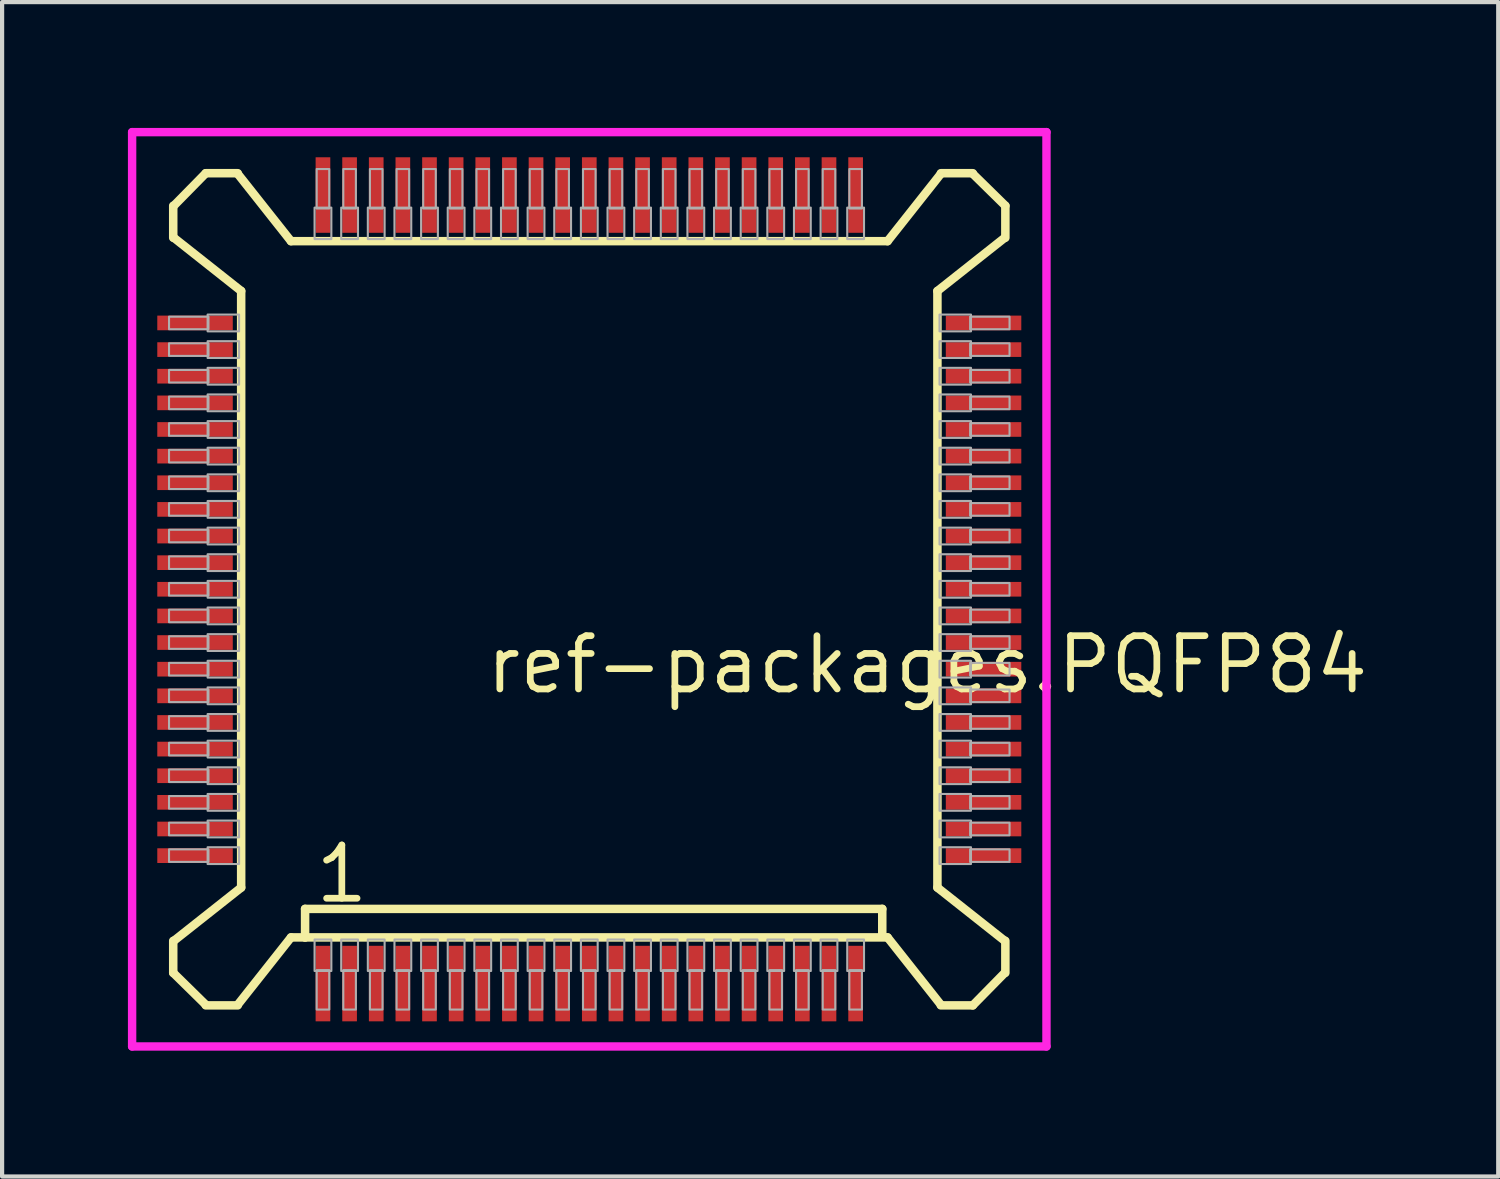
<source format=kicad_pcb>
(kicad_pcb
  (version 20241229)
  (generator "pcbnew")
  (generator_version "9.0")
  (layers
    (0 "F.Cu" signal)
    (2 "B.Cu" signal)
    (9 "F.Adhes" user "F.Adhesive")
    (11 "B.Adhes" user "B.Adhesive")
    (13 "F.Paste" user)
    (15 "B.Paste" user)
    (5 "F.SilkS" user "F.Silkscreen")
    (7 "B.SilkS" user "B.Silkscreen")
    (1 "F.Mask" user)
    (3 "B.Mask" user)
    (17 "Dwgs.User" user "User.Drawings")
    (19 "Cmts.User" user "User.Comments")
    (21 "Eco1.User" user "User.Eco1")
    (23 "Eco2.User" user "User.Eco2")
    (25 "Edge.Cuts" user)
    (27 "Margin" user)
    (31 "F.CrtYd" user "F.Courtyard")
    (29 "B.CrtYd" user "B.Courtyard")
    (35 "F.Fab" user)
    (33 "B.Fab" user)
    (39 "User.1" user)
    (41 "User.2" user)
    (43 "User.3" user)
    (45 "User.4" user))
  (footprint "ref-packages.PQFP84"
    (layer "F.Cu")
    (at 11 11)
    (property "Reference" "ref-packages.PQFP84" (at -2.54 2.54 0) (layer "F.SilkS") (effects (font (size 1.27 1.27) (thickness 0.16)) (justify left bottom)))
    (attr smd)
    (fp_line (start -9.92 -9.144) (end -9.92 -8.382) (stroke (width 0.203) (type default)) (layer "F.SilkS"))
    (fp_line (start -9.92 8.382) (end -9.92 9.144) (stroke (width 0.203) (type default)) (layer "F.SilkS"))
    (fp_line (start -9.92 9.144) (end -9.144 9.906) (stroke (width 0.203) (type default)) (layer "F.SilkS"))
    (fp_line (start -9.906 -8.382) (end -8.3 -7.112) (stroke (width 0.203) (type default)) (layer "F.SilkS"))
    (fp_line (start -9.144 -9.92) (end -9.906 -9.144) (stroke (width 0.203) (type default)) (layer "F.SilkS"))
    (fp_line (start -9.144 9.92) (end -8.382 9.92) (stroke (width 0.203) (type default)) (layer "F.SilkS"))
    (fp_line (start -8.382 -9.92) (end -9.144 -9.92) (stroke (width 0.203) (type default)) (layer "F.SilkS"))
    (fp_line (start -8.382 9.906) (end -7.112 8.3) (stroke (width 0.203) (type default)) (layer "F.SilkS"))
    (fp_line (start -8.3 -7.112) (end -8.3 7.112) (stroke (width 0.203) (type default)) (layer "F.SilkS"))
    (fp_line (start -8.3 7.112) (end -9.906 8.382) (stroke (width 0.203) (type default)) (layer "F.SilkS"))
    (fp_line (start -7.112 -8.3) (end -8.382 -9.906) (stroke (width 0.203) (type default)) (layer "F.SilkS"))
    (fp_line (start -7.112 8.3) (end -6.776 8.3) (stroke (width 0.203) (type default)) (layer "F.SilkS"))
    (fp_line (start -6.776 7.62) (end 6.985 7.62) (stroke (width 0.203) (type default)) (layer "F.SilkS"))
    (fp_line (start -6.776 8.3) (end -6.776 7.62) (stroke (width 0.203) (type default)) (layer "F.SilkS"))
    (fp_line (start -6.776 8.3) (end 7.112 8.3) (stroke (width 0.203) (type default)) (layer "F.SilkS"))
    (fp_line (start 6.985 7.62) (end 6.985 8.255) (stroke (width 0.203) (type default)) (layer "F.SilkS"))
    (fp_line (start 7.112 -8.3) (end -7.112 -8.3) (stroke (width 0.203) (type default)) (layer "F.SilkS"))
    (fp_line (start 7.112 8.3) (end 8.382 9.906) (stroke (width 0.203) (type default)) (layer "F.SilkS"))
    (fp_line (start 8.3 -7.112) (end 9.906 -8.382) (stroke (width 0.203) (type default)) (layer "F.SilkS"))
    (fp_line (start 8.3 7.112) (end 8.3 -7.112) (stroke (width 0.203) (type default)) (layer "F.SilkS"))
    (fp_line (start 8.382 -9.906) (end 7.112 -8.3) (stroke (width 0.203) (type default)) (layer "F.SilkS"))
    (fp_line (start 8.382 9.92) (end 9.144 9.92) (stroke (width 0.203) (type default)) (layer "F.SilkS"))
    (fp_line (start 9.144 -9.92) (end 8.382 -9.92) (stroke (width 0.203) (type default)) (layer "F.SilkS"))
    (fp_line (start 9.144 9.92) (end 9.906 9.144) (stroke (width 0.203) (type default)) (layer "F.SilkS"))
    (fp_line (start 9.906 8.382) (end 8.3 7.112) (stroke (width 0.203) (type default)) (layer "F.SilkS"))
    (fp_line (start 9.92 -9.144) (end 9.144 -9.906) (stroke (width 0.203) (type default)) (layer "F.SilkS"))
    (fp_line (start 9.92 -8.382) (end 9.92 -9.144) (stroke (width 0.203) (type default)) (layer "F.SilkS"))
    (fp_line (start 9.92 9.144) (end 9.92 8.382) (stroke (width 0.203) (type default)) (layer "F.SilkS"))
    (fp_line (start -10.9 -10.9) (end 10.9 -10.9) (stroke (width 0.2) (type default)) (layer "F.CrtYd"))
    (fp_line (start -10.9 10.9) (end -10.9 -10.9) (stroke (width 0.2) (type default)) (layer "F.CrtYd"))
    (fp_line (start 10.9 -10.9) (end 10.9 10.9) (stroke (width 0.2) (type default)) (layer "F.CrtYd"))
    (fp_line (start 10.9 10.9) (end -10.9 10.9) (stroke (width 0.2) (type default)) (layer "F.CrtYd"))
    (fp_rect (start -10.02 -6.2) (end -9.08 -6.5) (stroke (width 0.05) (type default)) (fill no) (layer "F.Fab"))
    (fp_rect (start -10.02 -5.565) (end -9.08 -5.865) (stroke (width 0.05) (type default)) (fill no) (layer "F.Fab"))
    (fp_rect (start -10.02 -4.93) (end -9.08 -5.23) (stroke (width 0.05) (type default)) (fill no) (layer "F.Fab"))
    (fp_rect (start -10.02 -4.295) (end -9.08 -4.595) (stroke (width 0.05) (type default)) (fill no) (layer "F.Fab"))
    (fp_rect (start -10.02 -3.66) (end -9.08 -3.96) (stroke (width 0.05) (type default)) (fill no) (layer "F.Fab"))
    (fp_rect (start -10.02 -3.025) (end -9.08 -3.325) (stroke (width 0.05) (type default)) (fill no) (layer "F.Fab"))
    (fp_rect (start -10.02 -2.39) (end -9.08 -2.69) (stroke (width 0.05) (type default)) (fill no) (layer "F.Fab"))
    (fp_rect (start -10.02 -1.755) (end -9.08 -2.055) (stroke (width 0.05) (type default)) (fill no) (layer "F.Fab"))
    (fp_rect (start -10.02 -1.12) (end -9.08 -1.42) (stroke (width 0.05) (type default)) (fill no) (layer "F.Fab"))
    (fp_rect (start -10.02 -0.485) (end -9.08 -0.785) (stroke (width 0.05) (type default)) (fill no) (layer "F.Fab"))
    (fp_rect (start -10.02 0.15) (end -9.08 -0.15) (stroke (width 0.05) (type default)) (fill no) (layer "F.Fab"))
    (fp_rect (start -10.02 0.785) (end -9.08 0.485) (stroke (width 0.05) (type default)) (fill no) (layer "F.Fab"))
    (fp_rect (start -10.02 1.42) (end -9.08 1.12) (stroke (width 0.05) (type default)) (fill no) (layer "F.Fab"))
    (fp_rect (start -10.02 2.055) (end -9.08 1.755) (stroke (width 0.05) (type default)) (fill no) (layer "F.Fab"))
    (fp_rect (start -10.02 2.69) (end -9.08 2.39) (stroke (width 0.05) (type default)) (fill no) (layer "F.Fab"))
    (fp_rect (start -10.02 3.325) (end -9.08 3.025) (stroke (width 0.05) (type default)) (fill no) (layer "F.Fab"))
    (fp_rect (start -10.02 3.96) (end -9.08 3.66) (stroke (width 0.05) (type default)) (fill no) (layer "F.Fab"))
    (fp_rect (start -10.02 4.595) (end -9.08 4.295) (stroke (width 0.05) (type default)) (fill no) (layer "F.Fab"))
    (fp_rect (start -10.02 5.23) (end -9.08 4.93) (stroke (width 0.05) (type default)) (fill no) (layer "F.Fab"))
    (fp_rect (start -10.02 5.865) (end -9.08 5.565) (stroke (width 0.05) (type default)) (fill no) (layer "F.Fab"))
    (fp_rect (start -10.02 6.5) (end -9.08 6.2) (stroke (width 0.05) (type default)) (fill no) (layer "F.Fab"))
    (fp_rect (start -9.1 -6.15) (end -8.35 -6.55) (stroke (width 0.05) (type default)) (fill no) (layer "F.Fab"))
    (fp_rect (start -9.1 -5.515) (end -8.35 -5.915) (stroke (width 0.05) (type default)) (fill no) (layer "F.Fab"))
    (fp_rect (start -9.1 -4.88) (end -8.35 -5.28) (stroke (width 0.05) (type default)) (fill no) (layer "F.Fab"))
    (fp_rect (start -9.1 -4.245) (end -8.35 -4.645) (stroke (width 0.05) (type default)) (fill no) (layer "F.Fab"))
    (fp_rect (start -9.1 -3.61) (end -8.35 -4.01) (stroke (width 0.05) (type default)) (fill no) (layer "F.Fab"))
    (fp_rect (start -9.1 -2.975) (end -8.35 -3.375) (stroke (width 0.05) (type default)) (fill no) (layer "F.Fab"))
    (fp_rect (start -9.1 -2.34) (end -8.35 -2.74) (stroke (width 0.05) (type default)) (fill no) (layer "F.Fab"))
    (fp_rect (start -9.1 -1.705) (end -8.35 -2.105) (stroke (width 0.05) (type default)) (fill no) (layer "F.Fab"))
    (fp_rect (start -9.1 -1.07) (end -8.35 -1.47) (stroke (width 0.05) (type default)) (fill no) (layer "F.Fab"))
    (fp_rect (start -9.1 -0.435) (end -8.35 -0.835) (stroke (width 0.05) (type default)) (fill no) (layer "F.Fab"))
    (fp_rect (start -9.1 0.2) (end -8.35 -0.2) (stroke (width 0.05) (type default)) (fill no) (layer "F.Fab"))
    (fp_rect (start -9.1 0.835) (end -8.35 0.435) (stroke (width 0.05) (type default)) (fill no) (layer "F.Fab"))
    (fp_rect (start -9.1 1.47) (end -8.35 1.07) (stroke (width 0.05) (type default)) (fill no) (layer "F.Fab"))
    (fp_rect (start -9.1 2.105) (end -8.35 1.705) (stroke (width 0.05) (type default)) (fill no) (layer "F.Fab"))
    (fp_rect (start -9.1 2.74) (end -8.35 2.34) (stroke (width 0.05) (type default)) (fill no) (layer "F.Fab"))
    (fp_rect (start -9.1 3.375) (end -8.35 2.975) (stroke (width 0.05) (type default)) (fill no) (layer "F.Fab"))
    (fp_rect (start -9.1 4.01) (end -8.35 3.61) (stroke (width 0.05) (type default)) (fill no) (layer "F.Fab"))
    (fp_rect (start -9.1 4.645) (end -8.35 4.245) (stroke (width 0.05) (type default)) (fill no) (layer "F.Fab"))
    (fp_rect (start -9.1 5.28) (end -8.35 4.88) (stroke (width 0.05) (type default)) (fill no) (layer "F.Fab"))
    (fp_rect (start -9.1 5.915) (end -8.35 5.515) (stroke (width 0.05) (type default)) (fill no) (layer "F.Fab"))
    (fp_rect (start -9.1 6.55) (end -8.35 6.15) (stroke (width 0.05) (type default)) (fill no) (layer "F.Fab"))
    (fp_rect (start -6.55 -8.35) (end -6.15 -9.1) (stroke (width 0.05) (type default)) (fill no) (layer "F.Fab"))
    (fp_rect (start -6.55 9.1) (end -6.15 8.35) (stroke (width 0.05) (type default)) (fill no) (layer "F.Fab"))
    (fp_rect (start -6.5 -9.08) (end -6.2 -10.02) (stroke (width 0.05) (type default)) (fill no) (layer "F.Fab"))
    (fp_rect (start -6.5 10.02) (end -6.2 9.08) (stroke (width 0.05) (type default)) (fill no) (layer "F.Fab"))
    (fp_rect (start -5.915 -8.35) (end -5.515 -9.1) (stroke (width 0.05) (type default)) (fill no) (layer "F.Fab"))
    (fp_rect (start -5.915 9.1) (end -5.515 8.35) (stroke (width 0.05) (type default)) (fill no) (layer "F.Fab"))
    (fp_rect (start -5.865 -9.08) (end -5.565 -10.02) (stroke (width 0.05) (type default)) (fill no) (layer "F.Fab"))
    (fp_rect (start -5.865 10.02) (end -5.565 9.08) (stroke (width 0.05) (type default)) (fill no) (layer "F.Fab"))
    (fp_rect (start -5.28 -8.35) (end -4.88 -9.1) (stroke (width 0.05) (type default)) (fill no) (layer "F.Fab"))
    (fp_rect (start -5.28 9.1) (end -4.88 8.35) (stroke (width 0.05) (type default)) (fill no) (layer "F.Fab"))
    (fp_rect (start -5.23 -9.08) (end -4.93 -10.02) (stroke (width 0.05) (type default)) (fill no) (layer "F.Fab"))
    (fp_rect (start -5.23 10.02) (end -4.93 9.08) (stroke (width 0.05) (type default)) (fill no) (layer "F.Fab"))
    (fp_rect (start -4.645 -8.35) (end -4.245 -9.1) (stroke (width 0.05) (type default)) (fill no) (layer "F.Fab"))
    (fp_rect (start -4.645 9.1) (end -4.245 8.35) (stroke (width 0.05) (type default)) (fill no) (layer "F.Fab"))
    (fp_rect (start -4.595 -9.08) (end -4.295 -10.02) (stroke (width 0.05) (type default)) (fill no) (layer "F.Fab"))
    (fp_rect (start -4.595 10.02) (end -4.295 9.08) (stroke (width 0.05) (type default)) (fill no) (layer "F.Fab"))
    (fp_rect (start -4.01 -8.35) (end -3.61 -9.1) (stroke (width 0.05) (type default)) (fill no) (layer "F.Fab"))
    (fp_rect (start -4.01 9.1) (end -3.61 8.35) (stroke (width 0.05) (type default)) (fill no) (layer "F.Fab"))
    (fp_rect (start -3.96 -9.08) (end -3.66 -10.02) (stroke (width 0.05) (type default)) (fill no) (layer "F.Fab"))
    (fp_rect (start -3.96 10.02) (end -3.66 9.08) (stroke (width 0.05) (type default)) (fill no) (layer "F.Fab"))
    (fp_rect (start -3.375 -8.35) (end -2.975 -9.1) (stroke (width 0.05) (type default)) (fill no) (layer "F.Fab"))
    (fp_rect (start -3.375 9.1) (end -2.975 8.35) (stroke (width 0.05) (type default)) (fill no) (layer "F.Fab"))
    (fp_rect (start -3.325 -9.08) (end -3.025 -10.02) (stroke (width 0.05) (type default)) (fill no) (layer "F.Fab"))
    (fp_rect (start -3.325 10.02) (end -3.025 9.08) (stroke (width 0.05) (type default)) (fill no) (layer "F.Fab"))
    (fp_rect (start -2.74 -8.35) (end -2.34 -9.1) (stroke (width 0.05) (type default)) (fill no) (layer "F.Fab"))
    (fp_rect (start -2.74 9.1) (end -2.34 8.35) (stroke (width 0.05) (type default)) (fill no) (layer "F.Fab"))
    (fp_rect (start -2.69 -9.08) (end -2.39 -10.02) (stroke (width 0.05) (type default)) (fill no) (layer "F.Fab"))
    (fp_rect (start -2.69 10.02) (end -2.39 9.08) (stroke (width 0.05) (type default)) (fill no) (layer "F.Fab"))
    (fp_rect (start -2.105 -8.35) (end -1.705 -9.1) (stroke (width 0.05) (type default)) (fill no) (layer "F.Fab"))
    (fp_rect (start -2.105 9.1) (end -1.705 8.35) (stroke (width 0.05) (type default)) (fill no) (layer "F.Fab"))
    (fp_rect (start -2.055 -9.08) (end -1.755 -10.02) (stroke (width 0.05) (type default)) (fill no) (layer "F.Fab"))
    (fp_rect (start -2.055 10.02) (end -1.755 9.08) (stroke (width 0.05) (type default)) (fill no) (layer "F.Fab"))
    (fp_rect (start -1.47 -8.35) (end -1.07 -9.1) (stroke (width 0.05) (type default)) (fill no) (layer "F.Fab"))
    (fp_rect (start -1.47 9.1) (end -1.07 8.35) (stroke (width 0.05) (type default)) (fill no) (layer "F.Fab"))
    (fp_rect (start -1.42 -9.08) (end -1.12 -10.02) (stroke (width 0.05) (type default)) (fill no) (layer "F.Fab"))
    (fp_rect (start -1.42 10.02) (end -1.12 9.08) (stroke (width 0.05) (type default)) (fill no) (layer "F.Fab"))
    (fp_rect (start -0.835 -8.35) (end -0.435 -9.1) (stroke (width 0.05) (type default)) (fill no) (layer "F.Fab"))
    (fp_rect (start -0.835 9.1) (end -0.435 8.35) (stroke (width 0.05) (type default)) (fill no) (layer "F.Fab"))
    (fp_rect (start -0.785 -9.08) (end -0.485 -10.02) (stroke (width 0.05) (type default)) (fill no) (layer "F.Fab"))
    (fp_rect (start -0.785 10.02) (end -0.485 9.08) (stroke (width 0.05) (type default)) (fill no) (layer "F.Fab"))
    (fp_rect (start -0.2 -8.35) (end 0.2 -9.1) (stroke (width 0.05) (type default)) (fill no) (layer "F.Fab"))
    (fp_rect (start -0.2 9.1) (end 0.2 8.35) (stroke (width 0.05) (type default)) (fill no) (layer "F.Fab"))
    (fp_rect (start -0.15 -9.08) (end 0.15 -10.02) (stroke (width 0.05) (type default)) (fill no) (layer "F.Fab"))
    (fp_rect (start -0.15 10.02) (end 0.15 9.08) (stroke (width 0.05) (type default)) (fill no) (layer "F.Fab"))
    (fp_rect (start 0.435 -8.35) (end 0.835 -9.1) (stroke (width 0.05) (type default)) (fill no) (layer "F.Fab"))
    (fp_rect (start 0.435 9.1) (end 0.835 8.35) (stroke (width 0.05) (type default)) (fill no) (layer "F.Fab"))
    (fp_rect (start 0.485 -9.08) (end 0.785 -10.02) (stroke (width 0.05) (type default)) (fill no) (layer "F.Fab"))
    (fp_rect (start 0.485 10.02) (end 0.785 9.08) (stroke (width 0.05) (type default)) (fill no) (layer "F.Fab"))
    (fp_rect (start 1.07 -8.35) (end 1.47 -9.1) (stroke (width 0.05) (type default)) (fill no) (layer "F.Fab"))
    (fp_rect (start 1.07 9.1) (end 1.47 8.35) (stroke (width 0.05) (type default)) (fill no) (layer "F.Fab"))
    (fp_rect (start 1.12 -9.08) (end 1.42 -10.02) (stroke (width 0.05) (type default)) (fill no) (layer "F.Fab"))
    (fp_rect (start 1.12 10.02) (end 1.42 9.08) (stroke (width 0.05) (type default)) (fill no) (layer "F.Fab"))
    (fp_rect (start 1.705 -8.35) (end 2.105 -9.1) (stroke (width 0.05) (type default)) (fill no) (layer "F.Fab"))
    (fp_rect (start 1.705 9.1) (end 2.105 8.35) (stroke (width 0.05) (type default)) (fill no) (layer "F.Fab"))
    (fp_rect (start 1.755 -9.08) (end 2.055 -10.02) (stroke (width 0.05) (type default)) (fill no) (layer "F.Fab"))
    (fp_rect (start 1.755 10.02) (end 2.055 9.08) (stroke (width 0.05) (type default)) (fill no) (layer "F.Fab"))
    (fp_rect (start 2.34 -8.35) (end 2.74 -9.1) (stroke (width 0.05) (type default)) (fill no) (layer "F.Fab"))
    (fp_rect (start 2.34 9.1) (end 2.74 8.35) (stroke (width 0.05) (type default)) (fill no) (layer "F.Fab"))
    (fp_rect (start 2.39 -9.08) (end 2.69 -10.02) (stroke (width 0.05) (type default)) (fill no) (layer "F.Fab"))
    (fp_rect (start 2.39 10.02) (end 2.69 9.08) (stroke (width 0.05) (type default)) (fill no) (layer "F.Fab"))
    (fp_rect (start 2.975 -8.35) (end 3.375 -9.1) (stroke (width 0.05) (type default)) (fill no) (layer "F.Fab"))
    (fp_rect (start 2.975 9.1) (end 3.375 8.35) (stroke (width 0.05) (type default)) (fill no) (layer "F.Fab"))
    (fp_rect (start 3.025 -9.08) (end 3.325 -10.02) (stroke (width 0.05) (type default)) (fill no) (layer "F.Fab"))
    (fp_rect (start 3.025 10.02) (end 3.325 9.08) (stroke (width 0.05) (type default)) (fill no) (layer "F.Fab"))
    (fp_rect (start 3.61 -8.35) (end 4.01 -9.1) (stroke (width 0.05) (type default)) (fill no) (layer "F.Fab"))
    (fp_rect (start 3.61 9.1) (end 4.01 8.35) (stroke (width 0.05) (type default)) (fill no) (layer "F.Fab"))
    (fp_rect (start 3.66 -9.08) (end 3.96 -10.02) (stroke (width 0.05) (type default)) (fill no) (layer "F.Fab"))
    (fp_rect (start 3.66 10.02) (end 3.96 9.08) (stroke (width 0.05) (type default)) (fill no) (layer "F.Fab"))
    (fp_rect (start 4.245 -8.35) (end 4.645 -9.1) (stroke (width 0.05) (type default)) (fill no) (layer "F.Fab"))
    (fp_rect (start 4.245 9.1) (end 4.645 8.35) (stroke (width 0.05) (type default)) (fill no) (layer "F.Fab"))
    (fp_rect (start 4.295 -9.08) (end 4.595 -10.02) (stroke (width 0.05) (type default)) (fill no) (layer "F.Fab"))
    (fp_rect (start 4.295 10.02) (end 4.595 9.08) (stroke (width 0.05) (type default)) (fill no) (layer "F.Fab"))
    (fp_rect (start 4.88 -8.35) (end 5.28 -9.1) (stroke (width 0.05) (type default)) (fill no) (layer "F.Fab"))
    (fp_rect (start 4.88 9.1) (end 5.28 8.35) (stroke (width 0.05) (type default)) (fill no) (layer "F.Fab"))
    (fp_rect (start 4.93 -9.08) (end 5.23 -10.02) (stroke (width 0.05) (type default)) (fill no) (layer "F.Fab"))
    (fp_rect (start 4.93 10.02) (end 5.23 9.08) (stroke (width 0.05) (type default)) (fill no) (layer "F.Fab"))
    (fp_rect (start 5.515 -8.35) (end 5.915 -9.1) (stroke (width 0.05) (type default)) (fill no) (layer "F.Fab"))
    (fp_rect (start 5.515 9.1) (end 5.915 8.35) (stroke (width 0.05) (type default)) (fill no) (layer "F.Fab"))
    (fp_rect (start 5.565 -9.08) (end 5.865 -10.02) (stroke (width 0.05) (type default)) (fill no) (layer "F.Fab"))
    (fp_rect (start 5.565 10.02) (end 5.865 9.08) (stroke (width 0.05) (type default)) (fill no) (layer "F.Fab"))
    (fp_rect (start 6.15 -8.35) (end 6.55 -9.1) (stroke (width 0.05) (type default)) (fill no) (layer "F.Fab"))
    (fp_rect (start 6.15 9.1) (end 6.55 8.35) (stroke (width 0.05) (type default)) (fill no) (layer "F.Fab"))
    (fp_rect (start 6.2 -9.08) (end 6.5 -10.02) (stroke (width 0.05) (type default)) (fill no) (layer "F.Fab"))
    (fp_rect (start 6.2 10.02) (end 6.5 9.08) (stroke (width 0.05) (type default)) (fill no) (layer "F.Fab"))
    (fp_rect (start 8.35 -6.15) (end 9.1 -6.55) (stroke (width 0.05) (type default)) (fill no) (layer "F.Fab"))
    (fp_rect (start 8.35 -5.515) (end 9.1 -5.915) (stroke (width 0.05) (type default)) (fill no) (layer "F.Fab"))
    (fp_rect (start 8.35 -4.88) (end 9.1 -5.28) (stroke (width 0.05) (type default)) (fill no) (layer "F.Fab"))
    (fp_rect (start 8.35 -4.245) (end 9.1 -4.645) (stroke (width 0.05) (type default)) (fill no) (layer "F.Fab"))
    (fp_rect (start 8.35 -3.61) (end 9.1 -4.01) (stroke (width 0.05) (type default)) (fill no) (layer "F.Fab"))
    (fp_rect (start 8.35 -2.975) (end 9.1 -3.375) (stroke (width 0.05) (type default)) (fill no) (layer "F.Fab"))
    (fp_rect (start 8.35 -2.34) (end 9.1 -2.74) (stroke (width 0.05) (type default)) (fill no) (layer "F.Fab"))
    (fp_rect (start 8.35 -1.705) (end 9.1 -2.105) (stroke (width 0.05) (type default)) (fill no) (layer "F.Fab"))
    (fp_rect (start 8.35 -1.07) (end 9.1 -1.47) (stroke (width 0.05) (type default)) (fill no) (layer "F.Fab"))
    (fp_rect (start 8.35 -0.435) (end 9.1 -0.835) (stroke (width 0.05) (type default)) (fill no) (layer "F.Fab"))
    (fp_rect (start 8.35 0.2) (end 9.1 -0.2) (stroke (width 0.05) (type default)) (fill no) (layer "F.Fab"))
    (fp_rect (start 8.35 0.835) (end 9.1 0.435) (stroke (width 0.05) (type default)) (fill no) (layer "F.Fab"))
    (fp_rect (start 8.35 1.47) (end 9.1 1.07) (stroke (width 0.05) (type default)) (fill no) (layer "F.Fab"))
    (fp_rect (start 8.35 2.105) (end 9.1 1.705) (stroke (width 0.05) (type default)) (fill no) (layer "F.Fab"))
    (fp_rect (start 8.35 2.74) (end 9.1 2.34) (stroke (width 0.05) (type default)) (fill no) (layer "F.Fab"))
    (fp_rect (start 8.35 3.375) (end 9.1 2.975) (stroke (width 0.05) (type default)) (fill no) (layer "F.Fab"))
    (fp_rect (start 8.35 4.01) (end 9.1 3.61) (stroke (width 0.05) (type default)) (fill no) (layer "F.Fab"))
    (fp_rect (start 8.35 4.645) (end 9.1 4.245) (stroke (width 0.05) (type default)) (fill no) (layer "F.Fab"))
    (fp_rect (start 8.35 5.28) (end 9.1 4.88) (stroke (width 0.05) (type default)) (fill no) (layer "F.Fab"))
    (fp_rect (start 8.35 5.915) (end 9.1 5.515) (stroke (width 0.05) (type default)) (fill no) (layer "F.Fab"))
    (fp_rect (start 8.35 6.55) (end 9.1 6.15) (stroke (width 0.05) (type default)) (fill no) (layer "F.Fab"))
    (fp_rect (start 9.08 -6.2) (end 10.02 -6.5) (stroke (width 0.05) (type default)) (fill no) (layer "F.Fab"))
    (fp_rect (start 9.08 -5.565) (end 10.02 -5.865) (stroke (width 0.05) (type default)) (fill no) (layer "F.Fab"))
    (fp_rect (start 9.08 -4.93) (end 10.02 -5.23) (stroke (width 0.05) (type default)) (fill no) (layer "F.Fab"))
    (fp_rect (start 9.08 -4.295) (end 10.02 -4.595) (stroke (width 0.05) (type default)) (fill no) (layer "F.Fab"))
    (fp_rect (start 9.08 -3.66) (end 10.02 -3.96) (stroke (width 0.05) (type default)) (fill no) (layer "F.Fab"))
    (fp_rect (start 9.08 -3.025) (end 10.02 -3.325) (stroke (width 0.05) (type default)) (fill no) (layer "F.Fab"))
    (fp_rect (start 9.08 -2.39) (end 10.02 -2.69) (stroke (width 0.05) (type default)) (fill no) (layer "F.Fab"))
    (fp_rect (start 9.08 -1.755) (end 10.02 -2.055) (stroke (width 0.05) (type default)) (fill no) (layer "F.Fab"))
    (fp_rect (start 9.08 -1.12) (end 10.02 -1.42) (stroke (width 0.05) (type default)) (fill no) (layer "F.Fab"))
    (fp_rect (start 9.08 -0.485) (end 10.02 -0.785) (stroke (width 0.05) (type default)) (fill no) (layer "F.Fab"))
    (fp_rect (start 9.08 0.15) (end 10.02 -0.15) (stroke (width 0.05) (type default)) (fill no) (layer "F.Fab"))
    (fp_rect (start 9.08 0.785) (end 10.02 0.485) (stroke (width 0.05) (type default)) (fill no) (layer "F.Fab"))
    (fp_rect (start 9.08 1.42) (end 10.02 1.12) (stroke (width 0.05) (type default)) (fill no) (layer "F.Fab"))
    (fp_rect (start 9.08 2.055) (end 10.02 1.755) (stroke (width 0.05) (type default)) (fill no) (layer "F.Fab"))
    (fp_rect (start 9.08 2.69) (end 10.02 2.39) (stroke (width 0.05) (type default)) (fill no) (layer "F.Fab"))
    (fp_rect (start 9.08 3.325) (end 10.02 3.025) (stroke (width 0.05) (type default)) (fill no) (layer "F.Fab"))
    (fp_rect (start 9.08 3.96) (end 10.02 3.66) (stroke (width 0.05) (type default)) (fill no) (layer "F.Fab"))
    (fp_rect (start 9.08 4.595) (end 10.02 4.295) (stroke (width 0.05) (type default)) (fill no) (layer "F.Fab"))
    (fp_rect (start 9.08 5.23) (end 10.02 4.93) (stroke (width 0.05) (type default)) (fill no) (layer "F.Fab"))
    (fp_rect (start 9.08 5.865) (end 10.02 5.565) (stroke (width 0.05) (type default)) (fill no) (layer "F.Fab"))
    (fp_rect (start 9.08 6.5) (end 10.02 6.2) (stroke (width 0.05) (type default)) (fill no) (layer "F.Fab"))
    (fp_text user "1" (at -6.61 7.53 0) (layer "F.SilkS") (effects (font (size 1.27 1.27) (thickness 0.16)) (justify left bottom)))
    (pad "1" smd roundrect (at -6.35 9.4) (size 0.35 1.8) (layers "F.Cu" "F.Mask" "F.Paste") (roundrect_rratio 0.01))
    (pad "2" smd roundrect (at -5.715 9.4) (size 0.35 1.8) (layers "F.Cu" "F.Mask" "F.Paste") (roundrect_rratio 0.01))
    (pad "3" smd roundrect (at -5.08 9.4) (size 0.35 1.8) (layers "F.Cu" "F.Mask" "F.Paste") (roundrect_rratio 0.01))
    (pad "4" smd roundrect (at -4.445 9.4) (size 0.35 1.8) (layers "F.Cu" "F.Mask" "F.Paste") (roundrect_rratio 0.01))
    (pad "5" smd roundrect (at -3.81 9.4) (size 0.35 1.8) (layers "F.Cu" "F.Mask" "F.Paste") (roundrect_rratio 0.01))
    (pad "6" smd roundrect (at -3.175 9.4) (size 0.35 1.8) (layers "F.Cu" "F.Mask" "F.Paste") (roundrect_rratio 0.01))
    (pad "7" smd roundrect (at -2.54 9.4) (size 0.35 1.8) (layers "F.Cu" "F.Mask" "F.Paste") (roundrect_rratio 0.01))
    (pad "8" smd roundrect (at -1.905 9.4) (size 0.35 1.8) (layers "F.Cu" "F.Mask" "F.Paste") (roundrect_rratio 0.01))
    (pad "9" smd roundrect (at -1.27 9.4) (size 0.35 1.8) (layers "F.Cu" "F.Mask" "F.Paste") (roundrect_rratio 0.01))
    (pad "10" smd roundrect (at -0.635 9.4) (size 0.35 1.8) (layers "F.Cu" "F.Mask" "F.Paste") (roundrect_rratio 0.01))
    (pad "11" smd roundrect (at 0 9.4) (size 0.35 1.8) (layers "F.Cu" "F.Mask" "F.Paste") (roundrect_rratio 0.01))
    (pad "12" smd roundrect (at 0.635 9.4) (size 0.35 1.8) (layers "F.Cu" "F.Mask" "F.Paste") (roundrect_rratio 0.01))
    (pad "13" smd roundrect (at 1.27 9.4) (size 0.35 1.8) (layers "F.Cu" "F.Mask" "F.Paste") (roundrect_rratio 0.01))
    (pad "14" smd roundrect (at 1.905 9.4) (size 0.35 1.8) (layers "F.Cu" "F.Mask" "F.Paste") (roundrect_rratio 0.01))
    (pad "15" smd roundrect (at 2.54 9.4) (size 0.35 1.8) (layers "F.Cu" "F.Mask" "F.Paste") (roundrect_rratio 0.01))
    (pad "16" smd roundrect (at 3.175 9.4) (size 0.35 1.8) (layers "F.Cu" "F.Mask" "F.Paste") (roundrect_rratio 0.01))
    (pad "17" smd roundrect (at 3.81 9.4) (size 0.35 1.8) (layers "F.Cu" "F.Mask" "F.Paste") (roundrect_rratio 0.01))
    (pad "18" smd roundrect (at 4.445 9.4) (size 0.35 1.8) (layers "F.Cu" "F.Mask" "F.Paste") (roundrect_rratio 0.01))
    (pad "19" smd roundrect (at 5.08 9.4) (size 0.35 1.8) (layers "F.Cu" "F.Mask" "F.Paste") (roundrect_rratio 0.01))
    (pad "20" smd roundrect (at 5.715 9.4) (size 0.35 1.8) (layers "F.Cu" "F.Mask" "F.Paste") (roundrect_rratio 0.01))
    (pad "21" smd roundrect (at 6.35 9.4) (size 0.35 1.8) (layers "F.Cu" "F.Mask" "F.Paste") (roundrect_rratio 0.01))
    (pad "22" smd roundrect (at 9.4 6.35) (size 1.8 0.35) (layers "F.Cu" "F.Mask" "F.Paste") (roundrect_rratio 0.01))
    (pad "23" smd roundrect (at 9.4 5.715) (size 1.8 0.35) (layers "F.Cu" "F.Mask" "F.Paste") (roundrect_rratio 0.01))
    (pad "24" smd roundrect (at 9.4 5.08) (size 1.8 0.35) (layers "F.Cu" "F.Mask" "F.Paste") (roundrect_rratio 0.01))
    (pad "25" smd roundrect (at 9.4 4.445) (size 1.8 0.35) (layers "F.Cu" "F.Mask" "F.Paste") (roundrect_rratio 0.01))
    (pad "26" smd roundrect (at 9.4 3.81) (size 1.8 0.35) (layers "F.Cu" "F.Mask" "F.Paste") (roundrect_rratio 0.01))
    (pad "27" smd roundrect (at 9.4 3.175) (size 1.8 0.35) (layers "F.Cu" "F.Mask" "F.Paste") (roundrect_rratio 0.01))
    (pad "28" smd roundrect (at 9.4 2.54) (size 1.8 0.35) (layers "F.Cu" "F.Mask" "F.Paste") (roundrect_rratio 0.01))
    (pad "29" smd roundrect (at 9.4 1.905) (size 1.8 0.35) (layers "F.Cu" "F.Mask" "F.Paste") (roundrect_rratio 0.01))
    (pad "30" smd roundrect (at 9.4 1.27) (size 1.8 0.35) (layers "F.Cu" "F.Mask" "F.Paste") (roundrect_rratio 0.01))
    (pad "31" smd roundrect (at 9.4 0.635) (size 1.8 0.35) (layers "F.Cu" "F.Mask" "F.Paste") (roundrect_rratio 0.01))
    (pad "32" smd roundrect (at 9.4 0) (size 1.8 0.35) (layers "F.Cu" "F.Mask" "F.Paste") (roundrect_rratio 0.01))
    (pad "33" smd roundrect (at 9.4 -0.635) (size 1.8 0.35) (layers "F.Cu" "F.Mask" "F.Paste") (roundrect_rratio 0.01))
    (pad "34" smd roundrect (at 9.4 -1.27) (size 1.8 0.35) (layers "F.Cu" "F.Mask" "F.Paste") (roundrect_rratio 0.01))
    (pad "35" smd roundrect (at 9.4 -1.905) (size 1.8 0.35) (layers "F.Cu" "F.Mask" "F.Paste") (roundrect_rratio 0.01))
    (pad "36" smd roundrect (at 9.4 -2.54) (size 1.8 0.35) (layers "F.Cu" "F.Mask" "F.Paste") (roundrect_rratio 0.01))
    (pad "37" smd roundrect (at 9.4 -3.175) (size 1.8 0.35) (layers "F.Cu" "F.Mask" "F.Paste") (roundrect_rratio 0.01))
    (pad "38" smd roundrect (at 9.4 -3.81) (size 1.8 0.35) (layers "F.Cu" "F.Mask" "F.Paste") (roundrect_rratio 0.01))
    (pad "39" smd roundrect (at 9.4 -4.445) (size 1.8 0.35) (layers "F.Cu" "F.Mask" "F.Paste") (roundrect_rratio 0.01))
    (pad "40" smd roundrect (at 9.4 -5.08) (size 1.8 0.35) (layers "F.Cu" "F.Mask" "F.Paste") (roundrect_rratio 0.01))
    (pad "41" smd roundrect (at 9.4 -5.715) (size 1.8 0.35) (layers "F.Cu" "F.Mask" "F.Paste") (roundrect_rratio 0.01))
    (pad "42" smd roundrect (at 9.4 -6.35) (size 1.8 0.35) (layers "F.Cu" "F.Mask" "F.Paste") (roundrect_rratio 0.01))
    (pad "43" smd roundrect (at 6.35 -9.4) (size 0.35 1.8) (layers "F.Cu" "F.Mask" "F.Paste") (roundrect_rratio 0.01))
    (pad "44" smd roundrect (at 5.715 -9.4) (size 0.35 1.8) (layers "F.Cu" "F.Mask" "F.Paste") (roundrect_rratio 0.01))
    (pad "45" smd roundrect (at 5.08 -9.4) (size 0.35 1.8) (layers "F.Cu" "F.Mask" "F.Paste") (roundrect_rratio 0.01))
    (pad "46" smd roundrect (at 4.445 -9.4) (size 0.35 1.8) (layers "F.Cu" "F.Mask" "F.Paste") (roundrect_rratio 0.01))
    (pad "47" smd roundrect (at 3.81 -9.4) (size 0.35 1.8) (layers "F.Cu" "F.Mask" "F.Paste") (roundrect_rratio 0.01))
    (pad "48" smd roundrect (at 3.175 -9.4) (size 0.35 1.8) (layers "F.Cu" "F.Mask" "F.Paste") (roundrect_rratio 0.01))
    (pad "49" smd roundrect (at 2.54 -9.4) (size 0.35 1.8) (layers "F.Cu" "F.Mask" "F.Paste") (roundrect_rratio 0.01))
    (pad "50" smd roundrect (at 1.905 -9.4) (size 0.35 1.8) (layers "F.Cu" "F.Mask" "F.Paste") (roundrect_rratio 0.01))
    (pad "51" smd roundrect (at 1.27 -9.4) (size 0.35 1.8) (layers "F.Cu" "F.Mask" "F.Paste") (roundrect_rratio 0.01))
    (pad "52" smd roundrect (at 0.635 -9.4) (size 0.35 1.8) (layers "F.Cu" "F.Mask" "F.Paste") (roundrect_rratio 0.01))
    (pad "53" smd roundrect (at 0 -9.4) (size 0.35 1.8) (layers "F.Cu" "F.Mask" "F.Paste") (roundrect_rratio 0.01))
    (pad "54" smd roundrect (at -0.635 -9.4) (size 0.35 1.8) (layers "F.Cu" "F.Mask" "F.Paste") (roundrect_rratio 0.01))
    (pad "55" smd roundrect (at -1.27 -9.4) (size 0.35 1.8) (layers "F.Cu" "F.Mask" "F.Paste") (roundrect_rratio 0.01))
    (pad "56" smd roundrect (at -1.905 -9.4) (size 0.35 1.8) (layers "F.Cu" "F.Mask" "F.Paste") (roundrect_rratio 0.01))
    (pad "57" smd roundrect (at -2.54 -9.4) (size 0.35 1.8) (layers "F.Cu" "F.Mask" "F.Paste") (roundrect_rratio 0.01))
    (pad "58" smd roundrect (at -3.175 -9.4) (size 0.35 1.8) (layers "F.Cu" "F.Mask" "F.Paste") (roundrect_rratio 0.01))
    (pad "59" smd roundrect (at -3.81 -9.4) (size 0.35 1.8) (layers "F.Cu" "F.Mask" "F.Paste") (roundrect_rratio 0.01))
    (pad "60" smd roundrect (at -4.445 -9.4) (size 0.35 1.8) (layers "F.Cu" "F.Mask" "F.Paste") (roundrect_rratio 0.01))
    (pad "61" smd roundrect (at -5.08 -9.4) (size 0.35 1.8) (layers "F.Cu" "F.Mask" "F.Paste") (roundrect_rratio 0.01))
    (pad "62" smd roundrect (at -5.715 -9.4) (size 0.35 1.8) (layers "F.Cu" "F.Mask" "F.Paste") (roundrect_rratio 0.01))
    (pad "63" smd roundrect (at -6.35 -9.4) (size 0.35 1.8) (layers "F.Cu" "F.Mask" "F.Paste") (roundrect_rratio 0.01))
    (pad "64" smd roundrect (at -9.4 -6.35) (size 1.8 0.35) (layers "F.Cu" "F.Mask" "F.Paste") (roundrect_rratio 0.01))
    (pad "65" smd roundrect (at -9.4 -5.715) (size 1.8 0.35) (layers "F.Cu" "F.Mask" "F.Paste") (roundrect_rratio 0.01))
    (pad "66" smd roundrect (at -9.4 -5.08) (size 1.8 0.35) (layers "F.Cu" "F.Mask" "F.Paste") (roundrect_rratio 0.01))
    (pad "67" smd roundrect (at -9.4 -4.445) (size 1.8 0.35) (layers "F.Cu" "F.Mask" "F.Paste") (roundrect_rratio 0.01))
    (pad "68" smd roundrect (at -9.4 -3.81) (size 1.8 0.35) (layers "F.Cu" "F.Mask" "F.Paste") (roundrect_rratio 0.01))
    (pad "69" smd roundrect (at -9.4 -3.175) (size 1.8 0.35) (layers "F.Cu" "F.Mask" "F.Paste") (roundrect_rratio 0.01))
    (pad "70" smd roundrect (at -9.4 -2.54) (size 1.8 0.35) (layers "F.Cu" "F.Mask" "F.Paste") (roundrect_rratio 0.01))
    (pad "71" smd roundrect (at -9.4 -1.905) (size 1.8 0.35) (layers "F.Cu" "F.Mask" "F.Paste") (roundrect_rratio 0.01))
    (pad "72" smd roundrect (at -9.4 -1.27) (size 1.8 0.35) (layers "F.Cu" "F.Mask" "F.Paste") (roundrect_rratio 0.01))
    (pad "73" smd roundrect (at -9.4 -0.635) (size 1.8 0.35) (layers "F.Cu" "F.Mask" "F.Paste") (roundrect_rratio 0.01))
    (pad "74" smd roundrect (at -9.4 0) (size 1.8 0.35) (layers "F.Cu" "F.Mask" "F.Paste") (roundrect_rratio 0.01))
    (pad "75" smd roundrect (at -9.4 0.635) (size 1.8 0.35) (layers "F.Cu" "F.Mask" "F.Paste") (roundrect_rratio 0.01))
    (pad "76" smd roundrect (at -9.4 1.27) (size 1.8 0.35) (layers "F.Cu" "F.Mask" "F.Paste") (roundrect_rratio 0.01))
    (pad "77" smd roundrect (at -9.4 1.905) (size 1.8 0.35) (layers "F.Cu" "F.Mask" "F.Paste") (roundrect_rratio 0.01))
    (pad "78" smd roundrect (at -9.4 2.54) (size 1.8 0.35) (layers "F.Cu" "F.Mask" "F.Paste") (roundrect_rratio 0.01))
    (pad "79" smd roundrect (at -9.4 3.175) (size 1.8 0.35) (layers "F.Cu" "F.Mask" "F.Paste") (roundrect_rratio 0.01))
    (pad "80" smd roundrect (at -9.4 3.81) (size 1.8 0.35) (layers "F.Cu" "F.Mask" "F.Paste") (roundrect_rratio 0.01))
    (pad "81" smd roundrect (at -9.4 4.445) (size 1.8 0.35) (layers "F.Cu" "F.Mask" "F.Paste") (roundrect_rratio 0.01))
    (pad "82" smd roundrect (at -9.4 5.08) (size 1.8 0.35) (layers "F.Cu" "F.Mask" "F.Paste") (roundrect_rratio 0.01))
    (pad "83" smd roundrect (at -9.4 5.715) (size 1.8 0.35) (layers "F.Cu" "F.Mask" "F.Paste") (roundrect_rratio 0.01))
    (pad "84" smd roundrect (at -9.4 6.35) (size 1.8 0.35) (layers "F.Cu" "F.Mask" "F.Paste") (roundrect_rratio 0.01)))
  (gr_rect
    (start -3 -3)
    (end 32.671 25)
    (stroke (width 0.1) (type default))
    (fill no)
    (layer "Edge.Cuts")))
</source>
